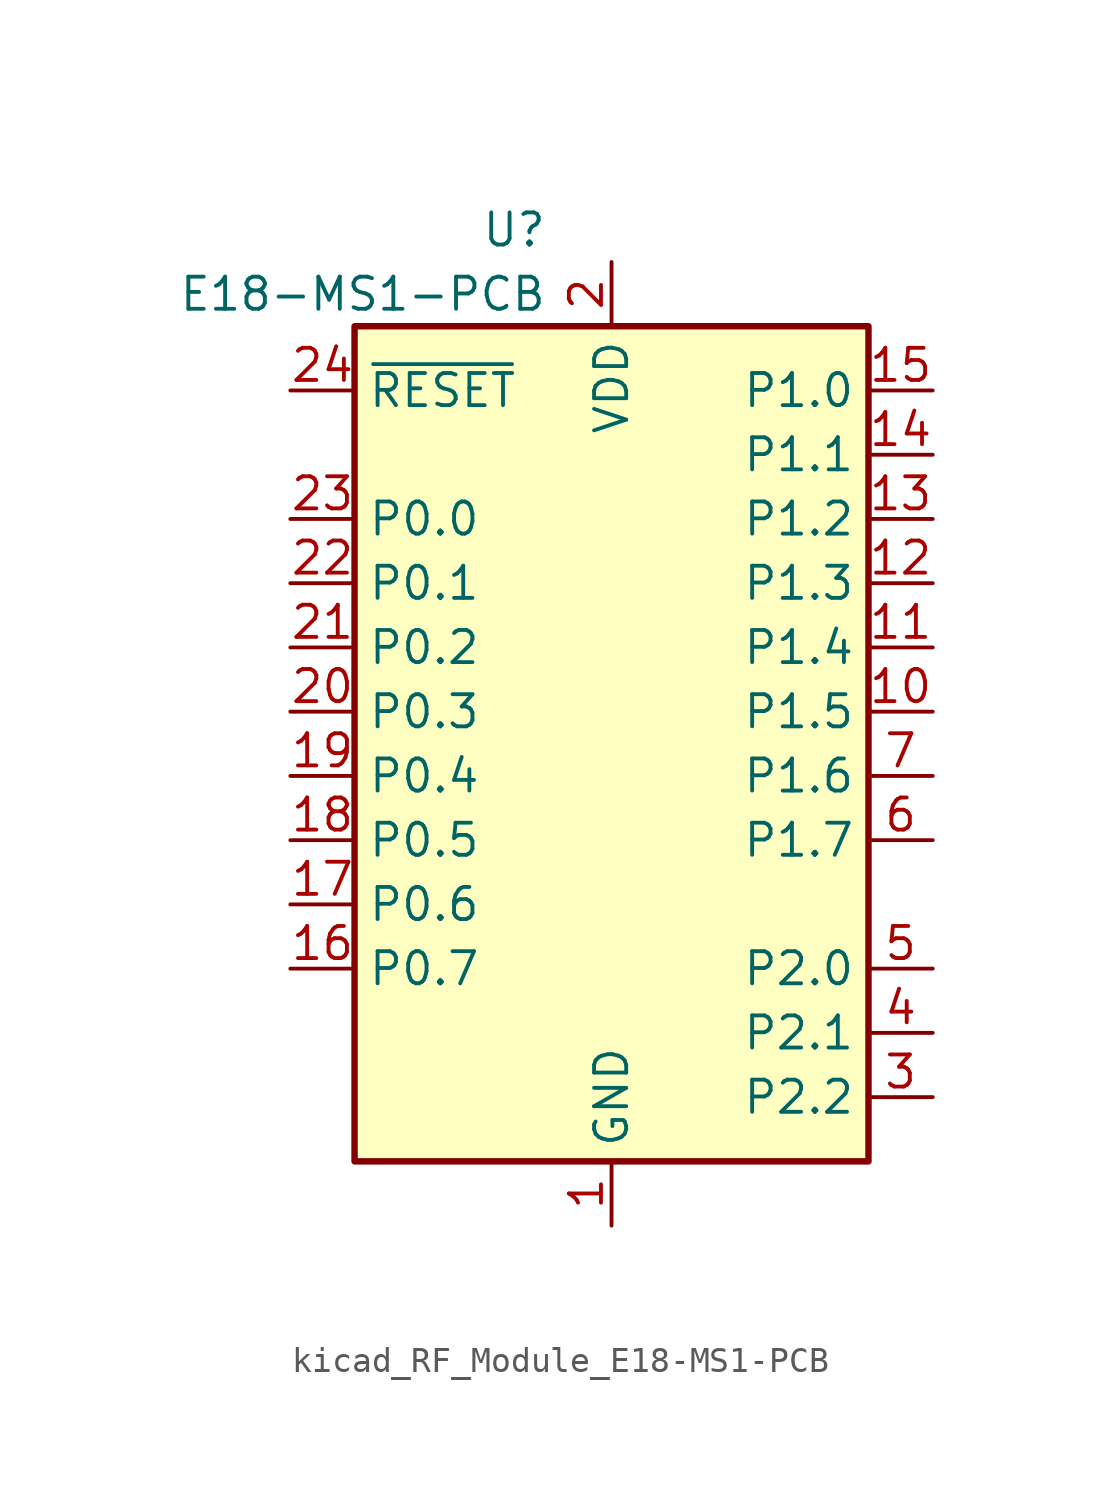
<source format=kicad_sym>
(kicad_symbol_lib
  (version 20220914)
  (generator kicad_symbol_editor)
  (symbol "kicad_RF_Module_E18-MS1-PCB"
    (property "Reference" "U"
      (at -2.54 21.59 0)
      (effects (font (size 1.27 1.27)) (justify right)))
    (property "Value" "E18-MS1-PCB"
      (at -2.54 19.05 0)
      (effects (font (size 1.27 1.27)) (justify right)))
    (symbol "kicad_RF_Module_E18-MS1-PCB_0_1"
      (rectangle (start -10.16 17.78) (end 10.16 -15.24) (stroke (width 0.254) (type default)) (fill (type background))))
    (symbol "kicad_RF_Module_E18-MS1-PCB_1_1"
      (pin power_in line (at 0 -17.78 90) (length 2.54) (name "GND" (effects (font (size 1.27 1.27)))) (number "1" (effects (font (size 1.27 1.27)))))
      (pin bidirectional line (at 12.7 2.54 180) (length 2.54) (name "P1.5" (effects (font (size 1.27 1.27)))) (number "10" (effects (font (size 1.27 1.27)))))
      (pin bidirectional line (at 12.7 5.08 180) (length 2.54) (name "P1.4" (effects (font (size 1.27 1.27)))) (number "11" (effects (font (size 1.27 1.27)))))
      (pin bidirectional line (at 12.7 7.62 180) (length 2.54) (name "P1.3" (effects (font (size 1.27 1.27)))) (number "12" (effects (font (size 1.27 1.27)))))
      (pin bidirectional line (at 12.7 10.16 180) (length 2.54) (name "P1.2" (effects (font (size 1.27 1.27)))) (number "13" (effects (font (size 1.27 1.27)))))
      (pin bidirectional line (at 12.7 12.7 180) (length 2.54) (name "P1.1" (effects (font (size 1.27 1.27)))) (number "14" (effects (font (size 1.27 1.27)))))
      (pin bidirectional line (at 12.7 15.24 180) (length 2.54) (name "P1.0" (effects (font (size 1.27 1.27)))) (number "15" (effects (font (size 1.27 1.27)))))
      (pin bidirectional line (at -12.7 -7.62 0) (length 2.54) (name "P0.7" (effects (font (size 1.27 1.27)))) (number "16" (effects (font (size 1.27 1.27)))))
      (pin bidirectional line (at -12.7 -5.08 0) (length 2.54) (name "P0.6" (effects (font (size 1.27 1.27)))) (number "17" (effects (font (size 1.27 1.27)))))
      (pin bidirectional line (at -12.7 -2.54 0) (length 2.54) (name "P0.5" (effects (font (size 1.27 1.27)))) (number "18" (effects (font (size 1.27 1.27)))))
      (pin bidirectional line (at -12.7 0 0) (length 2.54) (name "P0.4" (effects (font (size 1.27 1.27)))) (number "19" (effects (font (size 1.27 1.27)))))
      (pin power_in line (at 0 20.32 270) (length 2.54) (name "VDD" (effects (font (size 1.27 1.27)))) (number "2" (effects (font (size 1.27 1.27)))))
      (pin bidirectional line (at -12.7 2.54 0) (length 2.54) (name "P0.3" (effects (font (size 1.27 1.27)))) (number "20" (effects (font (size 1.27 1.27)))))
      (pin bidirectional line (at -12.7 5.08 0) (length 2.54) (name "P0.2" (effects (font (size 1.27 1.27)))) (number "21" (effects (font (size 1.27 1.27)))))
      (pin bidirectional line (at -12.7 7.62 0) (length 2.54) (name "P0.1" (effects (font (size 1.27 1.27)))) (number "22" (effects (font (size 1.27 1.27)))))
      (pin bidirectional line (at -12.7 10.16 0) (length 2.54) (name "P0.0" (effects (font (size 1.27 1.27)))) (number "23" (effects (font (size 1.27 1.27)))))
      (pin input line (at -12.7 15.24 0) (length 2.54) (name "~{RESET}" (effects (font (size 1.27 1.27)))) (number "24" (effects (font (size 1.27 1.27)))))
      (pin bidirectional line (at 12.7 -12.7 180) (length 2.54) (name "P2.2" (effects (font (size 1.27 1.27)))) (number "3" (effects (font (size 1.27 1.27)))))
      (pin bidirectional line (at 12.7 -10.16 180) (length 2.54) (name "P2.1" (effects (font (size 1.27 1.27)))) (number "4" (effects (font (size 1.27 1.27)))))
      (pin bidirectional line (at 12.7 -7.62 180) (length 2.54) (name "P2.0" (effects (font (size 1.27 1.27)))) (number "5" (effects (font (size 1.27 1.27)))))
      (pin bidirectional line (at 12.7 -2.54 180) (length 2.54) (name "P1.7" (effects (font (size 1.27 1.27)))) (number "6" (effects (font (size 1.27 1.27)))))
      (pin bidirectional line (at 12.7 0 180) (length 2.54) (name "P1.6" (effects (font (size 1.27 1.27)))) (number "7" (effects (font (size 1.27 1.27)))))
      (pin no_connect line (at -10.16 -10.16 0) (length 2.54) hide (name "NC" (effects (font (size 1.27 1.27)))) (number "8" (effects (font (size 1.27 1.27)))))
      (pin no_connect line (at -10.16 -12.7 0) (length 2.54) hide (name "NC" (effects (font (size 1.27 1.27)))) (number "9" (effects (font (size 1.27 1.27))))))))
</source>
